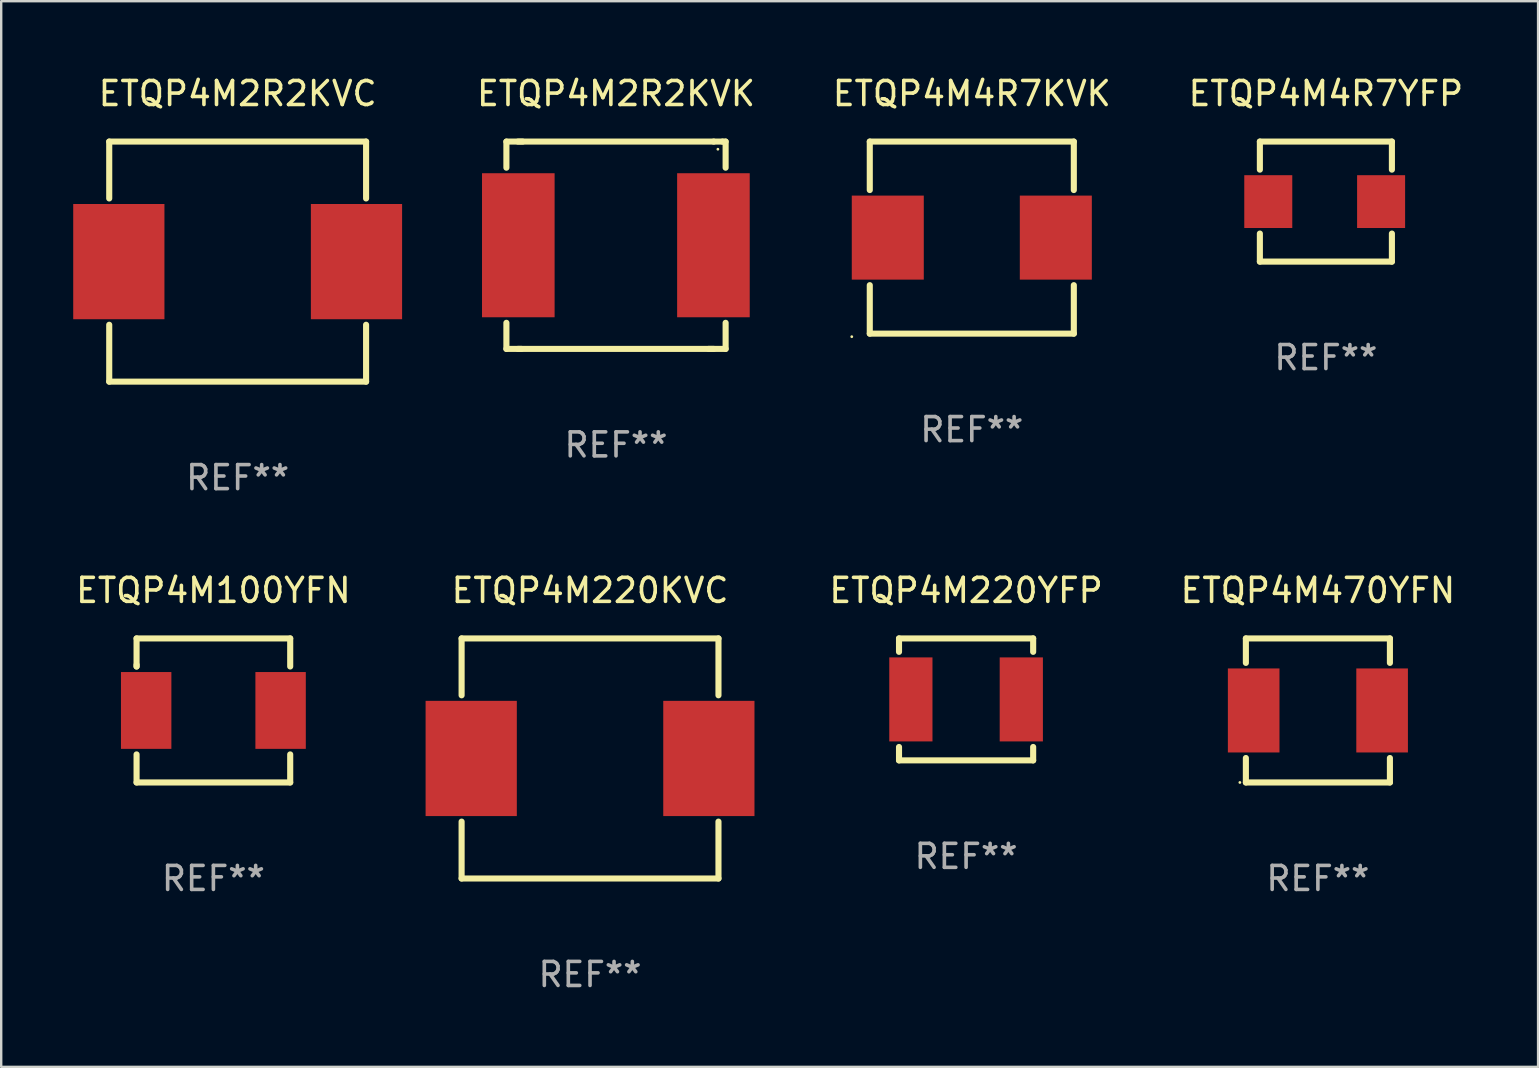
<source format=kicad_pcb>
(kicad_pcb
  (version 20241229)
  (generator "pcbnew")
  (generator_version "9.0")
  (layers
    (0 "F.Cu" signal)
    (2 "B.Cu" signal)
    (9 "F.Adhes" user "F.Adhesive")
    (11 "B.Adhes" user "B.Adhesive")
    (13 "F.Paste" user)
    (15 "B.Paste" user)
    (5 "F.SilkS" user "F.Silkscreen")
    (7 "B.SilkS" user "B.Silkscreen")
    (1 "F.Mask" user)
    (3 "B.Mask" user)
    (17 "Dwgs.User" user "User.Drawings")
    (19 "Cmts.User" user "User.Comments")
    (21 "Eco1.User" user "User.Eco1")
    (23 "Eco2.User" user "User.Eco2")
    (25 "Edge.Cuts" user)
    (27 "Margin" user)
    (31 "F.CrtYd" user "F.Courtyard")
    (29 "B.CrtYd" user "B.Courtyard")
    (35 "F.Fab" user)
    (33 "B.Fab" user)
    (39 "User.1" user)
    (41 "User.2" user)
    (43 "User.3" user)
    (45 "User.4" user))
  (footprint "ETQP4M470YFN"
    (layer "F.Cu")
    (at 51.849 26.545)
    (property "Reference" "ETQP4M470YFN" (at 0 -5 0) (layer "F.SilkS") (effects (font (size 1 1) (thickness 0.15))))
    (attr through_hole)
    (fp_line (start -3 -3) (end 3 -3) (stroke (width 0.254) (type solid)) (layer "F.SilkS"))
    (fp_line (start -3 -1.981) (end -3 -3) (stroke (width 0.254) (type solid)) (layer "F.SilkS"))
    (fp_line (start -3 3) (end -3 1.981) (stroke (width 0.254) (type solid)) (layer "F.SilkS"))
    (fp_line (start 3 -3) (end 3 -1.981) (stroke (width 0.254) (type solid)) (layer "F.SilkS"))
    (fp_line (start 3 1.981) (end 3 3) (stroke (width 0.254) (type solid)) (layer "F.SilkS"))
    (fp_line (start 3 3) (end -3 3) (stroke (width 0.254) (type solid)) (layer "F.SilkS"))
    (fp_circle (center -3.25 3) (end -3.22 3) (stroke (width 0.06) (type solid)) (fill no) (layer "F.SilkS"))
    (fp_text user "REF**" (at 0 7 0) (layer "F.Fab") (effects (font (size 1 1) (thickness 0.15))))
    (pad "1" smd rect (at -2.675 0) (size 2.15 3.5) (layers "F.Cu" "F.Mask" "F.Paste"))
    (pad "2" smd rect (at 2.675 0) (size 2.15 3.5) (layers "F.Cu" "F.Mask" "F.Paste")))
  (footprint "ETQP4M220KVC"
    (layer "F.Cu")
    (at 21.529 28.545)
    (property "Reference" "ETQP4M220KVC" (at 0 -7 0) (layer "F.SilkS") (effects (font (size 1 1) (thickness 0.15))))
    (attr through_hole)
    (fp_line (start -5.35 -5) (end -5.35 -2.631) (stroke (width 0.254) (type solid)) (layer "F.SilkS"))
    (fp_line (start -5.35 -5) (end 5.35 -5) (stroke (width 0.254) (type solid)) (layer "F.SilkS"))
    (fp_line (start -5.35 2.631) (end -5.35 5) (stroke (width 0.254) (type solid)) (layer "F.SilkS"))
    (fp_line (start 5.35 -2.631) (end 5.35 -5) (stroke (width 0.254) (type solid)) (layer "F.SilkS"))
    (fp_line (start 5.35 5) (end -5.35 5) (stroke (width 0.254) (type solid)) (layer "F.SilkS"))
    (fp_line (start 5.35 5) (end 5.35 2.631) (stroke (width 0.254) (type solid)) (layer "F.SilkS"))
    (fp_circle (center -5.35 -5) (end -5.32 -5) (stroke (width 0.06) (type solid)) (fill no) (layer "F.SilkS"))
    (fp_text user "REF**" (at 0 9 0) (layer "F.Fab") (effects (font (size 1 1) (thickness 0.15))))
    (pad "1" smd rect (at -4.95 0) (size 3.8 4.8) (layers "F.Cu" "F.Mask" "F.Paste"))
    (pad "2" smd rect (at 4.95 0) (size 3.8 4.8) (layers "F.Cu" "F.Mask" "F.Paste")))
  (footprint "ETQP4M220YFP"
    (layer "F.Cu")
    (at 37.194 26.085)
    (property "Reference" "ETQP4M220YFP" (at 0 -4.54 0) (layer "F.SilkS") (effects (font (size 1 1) (thickness 0.15))))
    (attr through_hole)
    (fp_line (start -2.794 -2.54) (end -2.794 -1.981) (stroke (width 0.254) (type solid)) (layer "F.SilkS"))
    (fp_line (start -2.794 -2.54) (end 2.794 -2.54) (stroke (width 0.254) (type solid)) (layer "F.SilkS"))
    (fp_line (start -2.794 1.981) (end -2.794 2.54) (stroke (width 0.254) (type solid)) (layer "F.SilkS"))
    (fp_line (start 2.794 -2.54) (end 2.794 -1.981) (stroke (width 0.254) (type solid)) (layer "F.SilkS"))
    (fp_line (start 2.794 1.981) (end 2.794 2.54) (stroke (width 0.254) (type solid)) (layer "F.SilkS"))
    (fp_line (start 2.794 2.54) (end -2.794 2.54) (stroke (width 0.254) (type solid)) (layer "F.SilkS"))
    (fp_circle (center -2.75 2.5) (end -2.72 2.5) (stroke (width 0.06) (type solid)) (fill no) (layer "F.SilkS"))
    (fp_text user "REF**" (at 0 6.54 0) (layer "F.Fab") (effects (font (size 1 1) (thickness 0.15))))
    (pad "1" smd rect (at -2.3 0 90) (size 3.5 1.8) (layers "F.Cu" "F.Mask" "F.Paste"))
    (pad "2" smd rect (at 2.3 0 90) (size 3.5 1.8) (layers "F.Cu" "F.Mask" "F.Paste")))
  (footprint "ETQP4M4R7YFP"
    (layer "F.Cu")
    (at 52.182 5.348)
    (property "Reference" "ETQP4M4R7YFP" (at 0 -4.5 0) (layer "F.SilkS") (effects (font (size 1 1) (thickness 0.15))))
    (attr through_hole)
    (fp_line (start -2.75 -2.5) (end 2.75 -2.5) (stroke (width 0.254) (type solid)) (layer "F.SilkS"))
    (fp_line (start -2.75 -1.331) (end -2.75 -2.5) (stroke (width 0.254) (type solid)) (layer "F.SilkS"))
    (fp_line (start -2.75 2.5) (end -2.75 1.331) (stroke (width 0.254) (type solid)) (layer "F.SilkS"))
    (fp_line (start 2.75 -1.331) (end 2.75 -2.5) (stroke (width 0.254) (type solid)) (layer "F.SilkS"))
    (fp_line (start 2.75 2.5) (end -2.75 2.5) (stroke (width 0.254) (type solid)) (layer "F.SilkS"))
    (fp_line (start 2.75 2.5) (end 2.75 1.331) (stroke (width 0.254) (type solid)) (layer "F.SilkS"))
    (fp_circle (center -2.8 2.5) (end -2.77 2.5) (stroke (width 0.06) (type solid)) (fill no) (layer "F.SilkS"))
    (fp_text user "REF**" (at 0 6.5 0) (layer "F.Fab") (effects (font (size 1 1) (thickness 0.15))))
    (pad "1" smd rect (at -2.4 0 90) (size 2.2 2) (layers "F.Cu" "F.Mask" "F.Paste"))
    (pad "2" smd rect (at 2.3 0 90) (size 2.2 2) (layers "F.Cu" "F.Mask" "F.Paste")))
  (footprint "ETQP4M4R7KVK"
    (layer "F.Cu")
    (at 37.432 6.848)
    (property "Reference" "ETQP4M4R7KVK" (at 0 -6 0) (layer "F.SilkS") (effects (font (size 1 1) (thickness 0.15))))
    (attr through_hole)
    (fp_line (start -4.25 -4) (end -4.25 -1.981) (stroke (width 0.254) (type solid)) (layer "F.SilkS"))
    (fp_line (start -4.25 -4) (end 4.25 -4) (stroke (width 0.254) (type solid)) (layer "F.SilkS"))
    (fp_line (start -4.25 1.981) (end -4.25 4) (stroke (width 0.254) (type solid)) (layer "F.SilkS"))
    (fp_line (start -4.25 4) (end 4.25 4) (stroke (width 0.254) (type solid)) (layer "F.SilkS"))
    (fp_line (start 4.25 -4) (end 4.25 -1.981) (stroke (width 0.254) (type solid)) (layer "F.SilkS"))
    (fp_line (start 4.25 1.981) (end 4.25 4) (stroke (width 0.254) (type solid)) (layer "F.SilkS"))
    (fp_circle (center -5 4.127) (end -4.97 4.127) (stroke (width 0.06) (type solid)) (fill no) (layer "F.SilkS"))
    (fp_text user "REF**" (at 0 8 0) (layer "F.Fab") (effects (font (size 1 1) (thickness 0.15))))
    (pad "1" smd rect (at -3.5 0) (size 3 3.5) (layers "F.Cu" "F.Mask" "F.Paste"))
    (pad "2" smd rect (at 3.5 0) (size 3 3.5) (layers "F.Cu" "F.Mask" "F.Paste")))
  (footprint "ETQP4M100YFN"
    (layer "F.Cu")
    (at 5.839 26.545)
    (property "Reference" "ETQP4M100YFN" (at 0 -5 0) (layer "F.SilkS") (effects (font (size 1 1) (thickness 0.15))))
    (attr through_hole)
    (fp_line (start -3.2 -3) (end 3.2 -3) (stroke (width 0.254) (type solid)) (layer "F.SilkS"))
    (fp_line (start -3.2 -1.831) (end -3.2 -3) (stroke (width 0.254) (type solid)) (layer "F.SilkS"))
    (fp_line (start -3.2 -1.831) (end -3.2 -1.9) (stroke (width 0.254) (type solid)) (layer "F.SilkS"))
    (fp_line (start -3.2 3) (end -3.2 1.831) (stroke (width 0.254) (type solid)) (layer "F.SilkS"))
    (fp_line (start 3.2 -3) (end 3.2 -1.831) (stroke (width 0.254) (type solid)) (layer "F.SilkS"))
    (fp_line (start 3.2 1.831) (end 3.2 3) (stroke (width 0.254) (type solid)) (layer "F.SilkS"))
    (fp_line (start 3.2 3) (end -3.2 3) (stroke (width 0.254) (type solid)) (layer "F.SilkS"))
    (fp_circle (center -3.2 3) (end -3.17 3) (stroke (width 0.06) (type solid)) (fill no) (layer "F.SilkS"))
    (fp_text user "REF**" (at 0 7 0) (layer "F.Fab") (effects (font (size 1 1) (thickness 0.15))))
    (pad "1" smd rect (at -2.8 0) (size 2.1 3.2) (layers "F.Cu" "F.Mask" "F.Paste"))
    (pad "2" smd rect (at 2.8 0) (size 2.1 3.2) (layers "F.Cu" "F.Mask" "F.Paste")))
  (footprint "ETQP4M2R2KVK"
    (layer "F.Cu")
    (at 22.611 7.166)
    (property "Reference" "ETQP4M2R2KVK" (at 0 -6.318 0) (layer "F.SilkS") (effects (font (size 1 1) (thickness 0.15))))
    (attr through_hole)
    (fp_line (start -4.566 -4.318) (end -3.889 -4.318) (stroke (width 0.254) (type solid)) (layer "F.SilkS"))
    (fp_line (start -4.566 -3.231) (end -4.566 -4.318) (stroke (width 0.254) (type solid)) (layer "F.SilkS"))
    (fp_line (start -4.566 4.318) (end -4.566 3.231) (stroke (width 0.254) (type solid)) (layer "F.SilkS"))
    (fp_line (start -4.082 -4.318) (end 4.07 -4.318) (stroke (width 0.254) (type solid)) (layer "F.SilkS"))
    (fp_line (start -4.082 4.318) (end 4.07 4.318) (stroke (width 0.254) (type solid)) (layer "F.SilkS"))
    (fp_line (start -3.943 4.318) (end -4.566 4.318) (stroke (width 0.254) (type solid)) (layer "F.SilkS"))
    (fp_line (start 4.07 -4.318) (end 4.439 -4.318) (stroke (width 0.254) (type solid)) (layer "F.SilkS"))
    (fp_line (start 4.439 -4.318) (end 4.566 -4.318) (stroke (width 0.254) (type solid)) (layer "F.SilkS"))
    (fp_line (start 4.566 -4.318) (end 4.566 -3.231) (stroke (width 0.254) (type solid)) (layer "F.SilkS"))
    (fp_line (start 4.566 3.231) (end 4.566 4.318) (stroke (width 0.254) (type solid)) (layer "F.SilkS"))
    (fp_line (start 4.566 4.318) (end 3.857 4.318) (stroke (width 0.254) (type solid)) (layer "F.SilkS"))
    (fp_circle (center 4.244 -4) (end 4.274 -4) (stroke (width 0.06) (type solid)) (fill no) (layer "F.SilkS"))
    (fp_text user "REF**" (at 0 8.318 0) (layer "F.Fab") (effects (font (size 1 1) (thickness 0.15))))
    (pad "1" smd rect (at 4.058 0) (size 3.024 6) (layers "F.Cu" "F.Mask" "F.Paste"))
    (pad "2" smd rect (at -4.07 0) (size 3.024 6) (layers "F.Cu" "F.Mask" "F.Paste")))
  (footprint "ETQP4M2R2KVC"
    (layer "F.Cu")
    (at 6.85 7.848)
    (property "Reference" "ETQP4M2R2KVC" (at 0 -7 0) (layer "F.SilkS") (effects (font (size 1 1) (thickness 0.15))))
    (attr through_hole)
    (fp_line (start -5.35 -5) (end -5.35 -2.631) (stroke (width 0.254) (type solid)) (layer "F.SilkS"))
    (fp_line (start -5.35 -5) (end 5.35 -5) (stroke (width 0.254) (type solid)) (layer "F.SilkS"))
    (fp_line (start -5.35 2.631) (end -5.35 5) (stroke (width 0.254) (type solid)) (layer "F.SilkS"))
    (fp_line (start 5.35 -2.631) (end 5.35 -5) (stroke (width 0.254) (type solid)) (layer "F.SilkS"))
    (fp_line (start 5.35 5) (end -5.35 5) (stroke (width 0.254) (type solid)) (layer "F.SilkS"))
    (fp_line (start 5.35 5) (end 5.35 2.631) (stroke (width 0.254) (type solid)) (layer "F.SilkS"))
    (fp_circle (center -5.35 -5) (end -5.32 -5) (stroke (width 0.06) (type solid)) (fill no) (layer "F.SilkS"))
    (fp_text user "REF**" (at 0 9 0) (layer "F.Fab") (effects (font (size 1 1) (thickness 0.15))))
    (pad "1" smd rect (at -4.95 0) (size 3.8 4.8) (layers "F.Cu" "F.Mask" "F.Paste"))
    (pad "2" smd rect (at 4.95 0) (size 3.8 4.8) (layers "F.Cu" "F.Mask" "F.Paste")))
  (gr_rect
    (start -3 -3)
    (end 61.021 41.393)
    (stroke (width 0.1) (type default))
    (fill no)
    (layer "Edge.Cuts")))
</source>
